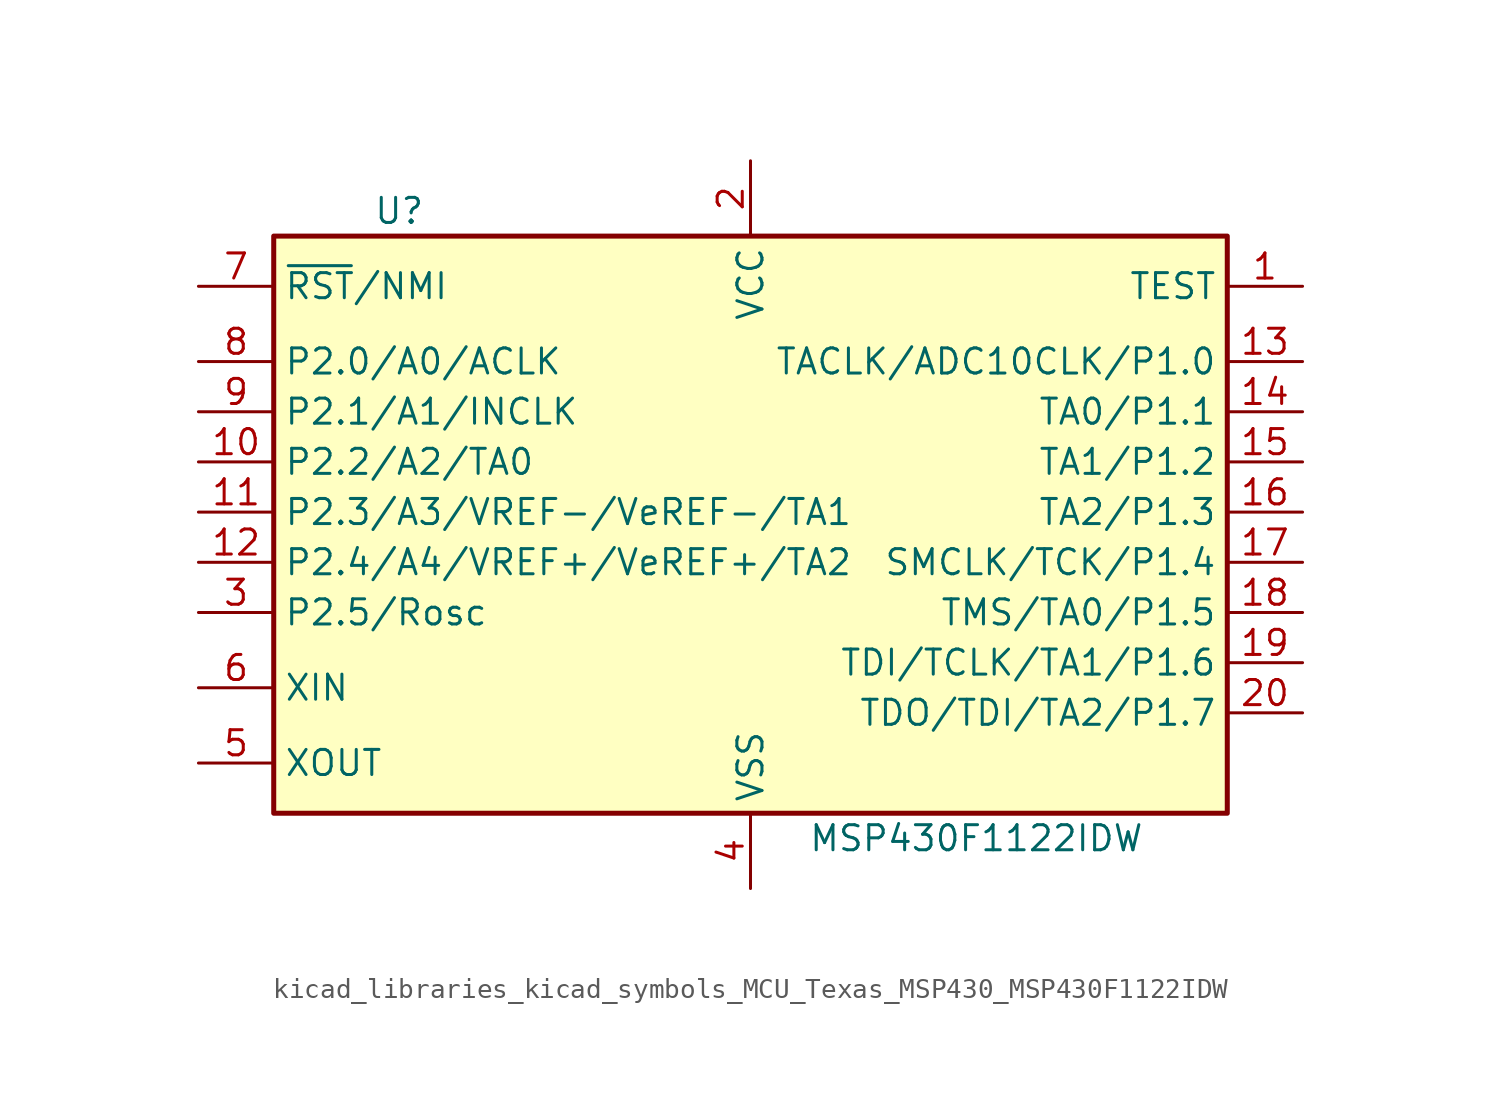
<source format=kicad_sym>
(kicad_symbol_lib
  (version 20220914)
  (generator kicad_symbol_editor)
  (symbol "kicad_libraries_kicad_symbols_MCU_Texas_MSP430_MSP430F1122IDW"
    (property "Reference" "U"
      (at -17.78 15.24 0)
      (effects (font (size 1.27 1.27))))
    (property "Value" "MSP430F1122IDW"
      (at 11.43 -16.51 0)
      (effects (font (size 1.27 1.27))))
    (symbol "kicad_libraries_kicad_symbols_MCU_Texas_MSP430_MSP430F1122IDW_0_1"
      (rectangle (start -24.13 13.97) (end 24.13 -15.24) (stroke (width 0.254) (type default)) (fill (type background))))
    (symbol "kicad_libraries_kicad_symbols_MCU_Texas_MSP430_MSP430F1122IDW_1_1"
      (pin input line (at 27.94 11.43 180) (length 3.81) (name "TEST" (effects (font (size 1.27 1.27)))) (number "1" (effects (font (size 1.27 1.27)))))
      (pin bidirectional line (at -27.94 2.54 0) (length 3.81) (name "P2.2/A2/TA0" (effects (font (size 1.27 1.27)))) (number "10" (effects (font (size 1.27 1.27)))))
      (pin bidirectional line (at -27.94 0 0) (length 3.81) (name "P2.3/A3/VREF-/VeREF-/TA1" (effects (font (size 1.27 1.27)))) (number "11" (effects (font (size 1.27 1.27)))))
      (pin bidirectional line (at -27.94 -2.54 0) (length 3.81) (name "P2.4/A4/VREF+/VeREF+/TA2" (effects (font (size 1.27 1.27)))) (number "12" (effects (font (size 1.27 1.27)))))
      (pin bidirectional line (at 27.94 7.62 180) (length 3.81) (name "TACLK/ADC10CLK/P1.0" (effects (font (size 1.27 1.27)))) (number "13" (effects (font (size 1.27 1.27)))))
      (pin bidirectional line (at 27.94 5.08 180) (length 3.81) (name "TA0/P1.1" (effects (font (size 1.27 1.27)))) (number "14" (effects (font (size 1.27 1.27)))))
      (pin bidirectional line (at 27.94 2.54 180) (length 3.81) (name "TA1/P1.2" (effects (font (size 1.27 1.27)))) (number "15" (effects (font (size 1.27 1.27)))))
      (pin bidirectional line (at 27.94 0 180) (length 3.81) (name "TA2/P1.3" (effects (font (size 1.27 1.27)))) (number "16" (effects (font (size 1.27 1.27)))))
      (pin bidirectional line (at 27.94 -2.54 180) (length 3.81) (name "SMCLK/TCK/P1.4" (effects (font (size 1.27 1.27)))) (number "17" (effects (font (size 1.27 1.27)))))
      (pin bidirectional line (at 27.94 -5.08 180) (length 3.81) (name "TMS/TA0/P1.5" (effects (font (size 1.27 1.27)))) (number "18" (effects (font (size 1.27 1.27)))))
      (pin bidirectional line (at 27.94 -7.62 180) (length 3.81) (name "TDI/TCLK/TA1/P1.6" (effects (font (size 1.27 1.27)))) (number "19" (effects (font (size 1.27 1.27)))))
      (pin power_in line (at 0 17.78 270) (length 3.81) (name "VCC" (effects (font (size 1.27 1.27)))) (number "2" (effects (font (size 1.27 1.27)))))
      (pin bidirectional line (at 27.94 -10.16 180) (length 3.81) (name "TDO/TDI/TA2/P1.7" (effects (font (size 1.27 1.27)))) (number "20" (effects (font (size 1.27 1.27)))))
      (pin bidirectional line (at -27.94 -5.08 0) (length 3.81) (name "P2.5/Rosc" (effects (font (size 1.27 1.27)))) (number "3" (effects (font (size 1.27 1.27)))))
      (pin power_in line (at 0 -19.05 90) (length 3.81) (name "VSS" (effects (font (size 1.27 1.27)))) (number "4" (effects (font (size 1.27 1.27)))))
      (pin output line (at -27.94 -12.7 0) (length 3.81) (name "XOUT" (effects (font (size 1.27 1.27)))) (number "5" (effects (font (size 1.27 1.27)))))
      (pin input line (at -27.94 -8.89 0) (length 3.81) (name "XIN" (effects (font (size 1.27 1.27)))) (number "6" (effects (font (size 1.27 1.27)))))
      (pin input line (at -27.94 11.43 0) (length 3.81) (name "~{RST}/NMI" (effects (font (size 1.27 1.27)))) (number "7" (effects (font (size 1.27 1.27)))))
      (pin bidirectional line (at -27.94 7.62 0) (length 3.81) (name "P2.0/A0/ACLK" (effects (font (size 1.27 1.27)))) (number "8" (effects (font (size 1.27 1.27)))))
      (pin bidirectional line (at -27.94 5.08 0) (length 3.81) (name "P2.1/A1/INCLK" (effects (font (size 1.27 1.27)))) (number "9" (effects (font (size 1.27 1.27))))))))
</source>
